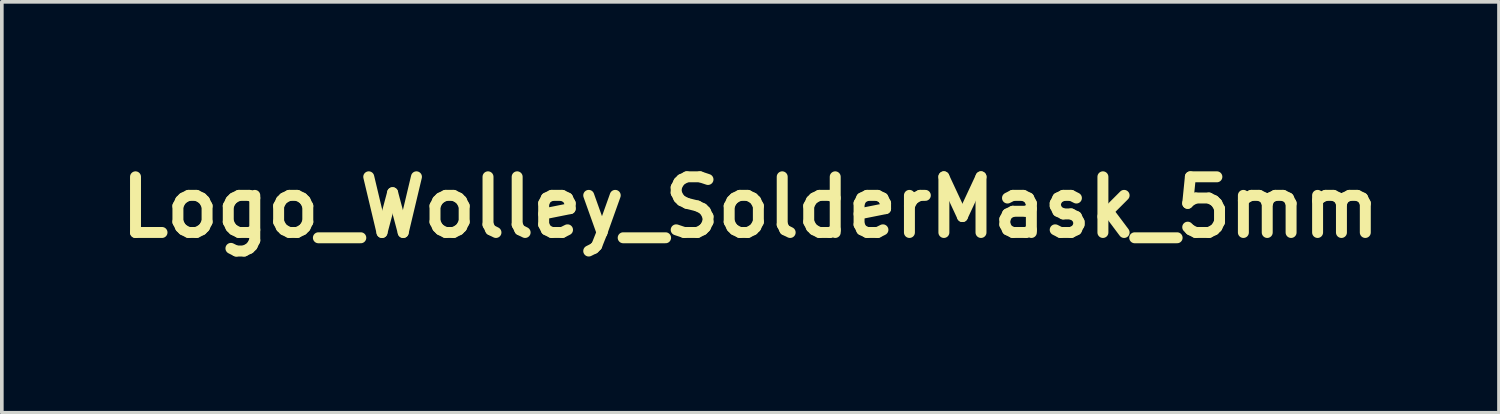
<source format=kicad_pcb>
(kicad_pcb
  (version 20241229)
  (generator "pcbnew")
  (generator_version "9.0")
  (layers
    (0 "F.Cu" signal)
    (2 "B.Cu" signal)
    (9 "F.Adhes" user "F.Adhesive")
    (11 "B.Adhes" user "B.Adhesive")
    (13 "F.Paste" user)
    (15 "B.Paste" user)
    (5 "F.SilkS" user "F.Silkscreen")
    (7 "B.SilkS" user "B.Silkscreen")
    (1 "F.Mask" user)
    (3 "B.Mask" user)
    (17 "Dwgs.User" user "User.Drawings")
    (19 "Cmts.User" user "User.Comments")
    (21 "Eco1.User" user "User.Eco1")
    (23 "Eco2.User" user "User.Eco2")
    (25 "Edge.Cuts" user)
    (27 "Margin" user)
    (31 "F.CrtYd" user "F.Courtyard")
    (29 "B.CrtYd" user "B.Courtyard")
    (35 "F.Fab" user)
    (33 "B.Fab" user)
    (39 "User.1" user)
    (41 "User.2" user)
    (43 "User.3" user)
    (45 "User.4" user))
  (footprint "Logo_Wolley_SolderMask_5mm"
    (layer "F.Cu")
    (at 17.497 2.626)
    (property "Reference" "Logo_Wolley_SolderMask_5mm" (at 0 0 0) (layer "F.SilkS") (effects (font (size 1.524 1.524) (thickness 0.3))))
    (attr through_hole)
    (fp_poly (pts (xy -5.603 -2.619) (xy -5.554 -2.612) (xy -5.506 -2.602) (xy -5.457 -2.587) (xy -5.408 -2.567) (xy -5.358 -2.543) (xy -5.356 -2.542) (xy -5.32 -2.521) (xy -5.288 -2.498) (xy -5.26 -2.473) (xy -5.235 -2.447) (xy -5.215 -2.418) (xy -5.197 -2.386) (xy -5.184 -2.351) (xy -5.173 -2.313) (xy -5.165 -2.272) (xy -5.164 -2.265) (xy -5.163 -2.254) (xy -5.162 -2.242) (xy -5.161 -2.227) (xy -5.16 -2.211) (xy -5.16 -2.191) (xy -5.16 -2.171) (xy -5.16 -2.149) (xy -5.16 -2.13) (xy -5.161 -2.113) (xy -5.162 -2.096) (xy -5.164 -2.079) (xy -5.166 -2.061) (xy -5.169 -2.041) (xy -5.172 -2.019) (xy -5.177 -1.993) (xy -5.179 -1.978) (xy -5.187 -1.939) (xy -5.195 -1.9) (xy -5.204 -1.859) (xy -5.215 -1.817) (xy -5.226 -1.774) (xy -5.239 -1.73) (xy -5.253 -1.684) (xy -5.269 -1.635) (xy -5.286 -1.585) (xy -5.304 -1.533) (xy -5.324 -1.478) (xy -5.345 -1.421) (xy -5.368 -1.361) (xy -5.393 -1.299) (xy -5.42 -1.233) (xy -5.448 -1.164) (xy -5.478 -1.092) (xy -5.511 -1.016) (xy -5.545 -0.937) (xy -5.581 -0.853) (xy -5.599 -0.813) (xy -5.611 -0.785) (xy -5.624 -0.757) (xy -5.635 -0.731) (xy -5.647 -0.704) (xy -5.659 -0.678) (xy -5.67 -0.652) (xy -5.682 -0.625) (xy -5.695 -0.597) (xy -5.707 -0.569) (xy -5.721 -0.539) (xy -5.735 -0.508) (xy -5.75 -0.475) (xy -5.765 -0.44) (xy -5.782 -0.403) (xy -5.8 -0.363) (xy -5.82 -0.32) (xy -5.84 -0.275) (xy -5.863 -0.226) (xy -5.887 -0.173) (xy -5.912 -0.116) (xy -5.915 -0.111) (xy -5.936 -0.064) (xy -5.956 -0.021) (xy -5.974 0.019) (xy -5.99 0.055) (xy -6.005 0.088) (xy -6.019 0.119) (xy -6.031 0.146) (xy -6.043 0.172) (xy -6.053 0.196) (xy -6.063 0.218) (xy -6.072 0.238) (xy -6.081 0.258) (xy -6.089 0.276) (xy -6.097 0.294) (xy -6.105 0.312) (xy -6.113 0.33) (xy -6.121 0.348) (xy -6.124 0.356) (xy -6.156 0.428) (xy -6.185 0.497) (xy -6.211 0.563) (xy -6.236 0.625) (xy -6.258 0.683) (xy -6.279 0.738) (xy -6.297 0.791) (xy -6.313 0.84) (xy -6.328 0.887) (xy -6.34 0.931) (xy -6.35 0.972) (xy -6.359 1.012) (xy -6.366 1.049) (xy -6.371 1.084) (xy -6.374 1.118) (xy -6.376 1.15) (xy -6.376 1.18) (xy -6.376 1.201) (xy -6.374 1.224) (xy -6.371 1.243) (xy -6.367 1.259) (xy -6.362 1.272) (xy -6.356 1.284) (xy -6.347 1.294) (xy -6.347 1.295) (xy -6.335 1.305) (xy -6.32 1.312) (xy -6.304 1.315) (xy -6.303 1.315) (xy -6.286 1.315) (xy -6.267 1.311) (xy -6.245 1.303) (xy -6.221 1.292) (xy -6.194 1.278) (xy -6.166 1.26) (xy -6.136 1.239) (xy -6.104 1.216) (xy -6.07 1.189) (xy -6.035 1.16) (xy -5.999 1.127) (xy -5.961 1.093) (xy -5.922 1.055) (xy -5.883 1.016) (xy -5.842 0.974) (xy -5.801 0.93) (xy -5.76 0.884) (xy -5.735 0.856) (xy -5.668 0.778) (xy -5.6 0.695) (xy -5.532 0.609) (xy -5.464 0.518) (xy -5.395 0.423) (xy -5.325 0.325) (xy -5.255 0.223) (xy -5.185 0.117) (xy -5.115 0.008) (xy -5.046 -0.104) (xy -4.977 -0.217) (xy -4.956 -0.253) (xy -4.935 -0.287) (xy -4.916 -0.321) (xy -4.896 -0.354) (xy -4.877 -0.387) (xy -4.858 -0.42) (xy -4.839 -0.455) (xy -4.819 -0.49) (xy -4.798 -0.527) (xy -4.777 -0.565) (xy -4.754 -0.606) (xy -4.731 -0.65) (xy -4.705 -0.696) (xy -4.678 -0.746) (xy -4.653 -0.793) (xy -4.63 -0.835) (xy -4.609 -0.873) (xy -4.59 -0.908) (xy -4.573 -0.939) (xy -4.558 -0.967) (xy -4.543 -0.992) (xy -4.53 -1.015) (xy -4.518 -1.035) (xy -4.508 -1.053) (xy -4.498 -1.068) (xy -4.488 -1.082) (xy -4.479 -1.095) (xy -4.471 -1.106) (xy -4.463 -1.116) (xy -4.455 -1.125) (xy -4.447 -1.134) (xy -4.44 -1.141) (xy -4.423 -1.158) (xy -4.406 -1.171) (xy -4.389 -1.181) (xy -4.372 -1.188) (xy -4.353 -1.193) (xy -4.344 -1.195) (xy -4.329 -1.197) (xy -4.314 -1.198) (xy -4.299 -1.198) (xy -4.282 -1.197) (xy -4.269 -1.195) (xy -4.241 -1.19) (xy -4.214 -1.184) (xy -4.187 -1.175) (xy -4.16 -1.164) (xy -4.139 -1.155) (xy -4.098 -1.132) (xy -4.06 -1.106) (xy -4.025 -1.077) (xy -3.992 -1.045) (xy -3.963 -1.011) (xy -3.938 -0.974) (xy -3.916 -0.934) (xy -3.898 -0.893) (xy -3.884 -0.85) (xy -3.878 -0.825) (xy -3.872 -0.789) (xy -3.869 -0.753) (xy -3.87 -0.715) (xy -3.871 -0.691) (xy -3.876 -0.644) (xy -3.882 -0.594) (xy -3.889 -0.541) (xy -3.897 -0.484) (xy -3.907 -0.423) (xy -3.918 -0.359) (xy -3.931 -0.291) (xy -3.945 -0.219) (xy -3.96 -0.143) (xy -3.968 -0.103) (xy -3.985 -0.023) (xy -4 0.053) (xy -4.014 0.125) (xy -4.026 0.193) (xy -4.037 0.258) (xy -4.046 0.319) (xy -4.054 0.377) (xy -4.061 0.432) (xy -4.067 0.485) (xy -4.071 0.535) (xy -4.074 0.583) (xy -4.077 0.628) (xy -4.077 0.647) (xy -4.077 0.696) (xy -4.076 0.742) (xy -4.072 0.783) (xy -4.067 0.821) (xy -4.06 0.854) (xy -4.05 0.883) (xy -4.039 0.908) (xy -4.026 0.929) (xy -4.012 0.946) (xy -3.995 0.96) (xy -3.976 0.969) (xy -3.955 0.975) (xy -3.954 0.975) (xy -3.942 0.976) (xy -3.929 0.976) (xy -3.92 0.975) (xy -3.893 0.969) (xy -3.864 0.96) (xy -3.834 0.946) (xy -3.802 0.929) (xy -3.769 0.907) (xy -3.735 0.883) (xy -3.699 0.854) (xy -3.663 0.823) (xy -3.626 0.788) (xy -3.588 0.75) (xy -3.549 0.709) (xy -3.51 0.666) (xy -3.47 0.619) (xy -3.431 0.571) (xy -3.391 0.519) (xy -3.351 0.466) (xy -3.311 0.41) (xy -3.272 0.353) (xy -3.233 0.293) (xy -3.194 0.232) (xy -3.156 0.169) (xy -3.143 0.148) (xy -3.078 0.033) (xy -3.017 -0.084) (xy -2.959 -0.202) (xy -2.905 -0.321) (xy -2.854 -0.442) (xy -2.808 -0.563) (xy -2.765 -0.685) (xy -2.725 -0.808) (xy -2.69 -0.931) (xy -2.659 -1.054) (xy -2.631 -1.177) (xy -2.608 -1.299) (xy -2.589 -1.421) (xy -2.574 -1.543) (xy -2.563 -1.664) (xy -2.557 -1.784) (xy -2.554 -1.902) (xy -2.555 -1.959) (xy -2.555 -1.981) (xy -2.556 -2.002) (xy -2.556 -2.023) (xy -2.557 -2.042) (xy -2.557 -2.059) (xy -2.558 -2.072) (xy -2.559 -2.082) (xy -2.56 -2.108) (xy -2.561 -2.133) (xy -2.562 -2.158) (xy -2.563 -2.18) (xy -2.563 -2.201) (xy -2.562 -2.218) (xy -2.561 -2.232) (xy -2.561 -2.236) (xy -2.556 -2.263) (xy -2.549 -2.286) (xy -2.539 -2.306) (xy -2.527 -2.323) (xy -2.511 -2.337) (xy -2.492 -2.348) (xy -2.469 -2.356) (xy -2.443 -2.362) (xy -2.413 -2.366) (xy -2.407 -2.367) (xy -2.385 -2.368) (xy -2.36 -2.368) (xy -2.334 -2.366) (xy -2.309 -2.364) (xy -2.287 -2.361) (xy -2.285 -2.361) (xy -2.254 -2.354) (xy -2.223 -2.345) (xy -2.192 -2.332) (xy -2.161 -2.316) (xy -2.128 -2.296) (xy -2.094 -2.273) (xy -2.076 -2.259) (xy -2.045 -2.234) (xy -2.018 -2.209) (xy -1.995 -2.184) (xy -1.976 -2.158) (xy -1.96 -2.131) (xy -1.947 -2.103) (xy -1.937 -2.072) (xy -1.931 -2.044) (xy -1.928 -2.033) (xy -1.927 -2.022) (xy -1.925 -2.011) (xy -1.924 -1.999) (xy -1.923 -1.986) (xy -1.922 -1.971) (xy -1.921 -1.953) (xy -1.92 -1.932) (xy -1.919 -1.908) (xy -1.919 -1.891) (xy -1.917 -1.821) (xy -1.918 -1.754) (xy -1.921 -1.687) (xy -1.926 -1.621) (xy -1.933 -1.554) (xy -1.942 -1.486) (xy -1.953 -1.414) (xy -1.955 -1.404) (xy -1.974 -1.305) (xy -1.997 -1.204) (xy -2.024 -1.102) (xy -2.055 -0.998) (xy -2.09 -0.892) (xy -2.128 -0.786) (xy -2.169 -0.679) (xy -2.215 -0.572) (xy -2.263 -0.464) (xy -2.315 -0.356) (xy -2.369 -0.248) (xy -2.427 -0.14) (xy -2.487 -0.033) (xy -2.551 0.074) (xy -2.617 0.18) (xy -2.686 0.284) (xy -2.757 0.387) (xy -2.83 0.489) (xy -2.852 0.517) (xy -2.895 0.574) (xy -2.937 0.627) (xy -2.979 0.68) (xy -3.022 0.731) (xy -3.067 0.783) (xy -3.114 0.836) (xy -3.137 0.861) (xy -3.149 0.875) (xy -3.165 0.891) (xy -3.182 0.909) (xy -3.201 0.929) (xy -3.222 0.95) (xy -3.243 0.971) (xy -3.265 0.993) (xy -3.286 1.014) (xy -3.307 1.034) (xy -3.326 1.052) (xy -3.343 1.069) (xy -3.359 1.084) (xy -3.371 1.095) (xy -3.433 1.148) (xy -3.493 1.198) (xy -3.552 1.243) (xy -3.609 1.284) (xy -3.665 1.32) (xy -3.719 1.352) (xy -3.771 1.38) (xy -3.822 1.404) (xy -3.872 1.424) (xy -3.911 1.436) (xy -3.943 1.445) (xy -3.974 1.452) (xy -4.005 1.456) (xy -4.035 1.458) (xy -4.068 1.459) (xy -4.102 1.457) (xy -4.142 1.455) (xy -4.179 1.451) (xy -4.213 1.445) (xy -4.245 1.439) (xy -4.277 1.43) (xy -4.286 1.428) (xy -4.331 1.412) (xy -4.374 1.392) (xy -4.414 1.37) (xy -4.451 1.343) (xy -4.486 1.313) (xy -4.518 1.279) (xy -4.548 1.242) (xy -4.574 1.201) (xy -4.599 1.156) (xy -4.621 1.107) (xy -4.64 1.055) (xy -4.657 0.998) (xy -4.659 0.992) (xy -4.669 0.947) (xy -4.679 0.9) (xy -4.687 0.85) (xy -4.694 0.796) (xy -4.701 0.739) (xy -4.706 0.677) (xy -4.706 0.671) (xy -4.707 0.661) (xy -4.707 0.646) (xy -4.708 0.628) (xy -4.708 0.607) (xy -4.709 0.583) (xy -4.709 0.558) (xy -4.709 0.53) (xy -4.709 0.502) (xy -4.709 0.473) (xy -4.709 0.444) (xy -4.709 0.416) (xy -4.709 0.388) (xy -4.709 0.362) (xy -4.708 0.338) (xy -4.708 0.316) (xy -4.708 0.297) (xy -4.707 0.282) (xy -4.707 0.272) (xy -4.706 0.26) (xy -4.706 0.25) (xy -4.705 0.242) (xy -4.705 0.238) (xy -4.705 0.238) (xy -4.707 0.24) (xy -4.71 0.245) (xy -4.716 0.253) (xy -4.723 0.263) (xy -4.731 0.276) (xy -4.74 0.29) (xy -4.741 0.292) (xy -4.783 0.353) (xy -4.828 0.416) (xy -4.875 0.482) (xy -4.926 0.549) (xy -4.978 0.617) (xy -5.033 0.686) (xy -5.09 0.756) (xy -5.147 0.825) (xy -5.206 0.894) (xy -5.247 0.941) (xy -5.298 0.997) (xy -5.35 1.054) (xy -5.403 1.111) (xy -5.457 1.167) (xy -5.511 1.222) (xy -5.565 1.274) (xy -5.617 1.325) (xy -5.668 1.372) (xy -5.713 1.412) (xy -5.748 1.443) (xy -5.784 1.473) (xy -5.82 1.504) (xy -5.857 1.533) (xy -5.892 1.56) (xy -5.925 1.585) (xy -5.935 1.593) (xy -5.995 1.635) (xy -6.053 1.673) (xy -6.108 1.708) (xy -6.162 1.738) (xy -6.215 1.764) (xy -6.265 1.786) (xy -6.314 1.805) (xy -6.362 1.819) (xy -6.407 1.83) (xy -6.452 1.836) (xy -6.495 1.839) (xy -6.527 1.839) (xy -6.574 1.835) (xy -6.619 1.828) (xy -6.66 1.817) (xy -6.698 1.803) (xy -6.733 1.786) (xy -6.765 1.765) (xy -6.794 1.74) (xy -6.821 1.713) (xy -6.844 1.681) (xy -6.864 1.646) (xy -6.881 1.608) (xy -6.896 1.565) (xy -6.904 1.534) (xy -6.91 1.509) (xy -6.915 1.485) (xy -6.919 1.461) (xy -6.922 1.437) (xy -6.924 1.411) (xy -6.925 1.383) (xy -6.926 1.352) (xy -6.926 1.322) (xy -6.926 1.284) (xy -6.925 1.247) (xy -6.923 1.211) (xy -6.92 1.175) (xy -6.916 1.137) (xy -6.911 1.098) (xy -6.905 1.057) (xy -6.897 1.011) (xy -6.896 1.003) (xy -6.885 0.943) (xy -6.873 0.881) (xy -6.858 0.817) (xy -6.842 0.751) (xy -6.825 0.681) (xy -6.805 0.61) (xy -6.784 0.535) (xy -6.76 0.457) (xy -6.735 0.377) (xy -6.708 0.293) (xy -6.678 0.205) (xy -6.647 0.114) (xy -6.613 0.02) (xy -6.577 -0.078) (xy -6.54 -0.178) (xy -6.509 -0.262) (xy -6.477 -0.348) (xy -6.446 -0.434) (xy -6.414 -0.52) (xy -6.383 -0.607) (xy -6.352 -0.693) (xy -6.321 -0.78) (xy -6.291 -0.866) (xy -6.261 -0.952) (xy -6.231 -1.037) (xy -6.202 -1.121) (xy -6.174 -1.204) (xy -6.146 -1.285) (xy -6.119 -1.365) (xy -6.093 -1.444) (xy -6.068 -1.52) (xy -6.044 -1.594) (xy -6.02 -1.667) (xy -5.998 -1.736) (xy -5.977 -1.803) (xy -5.957 -1.867) (xy -5.939 -1.928) (xy -5.921 -1.986) (xy -5.905 -2.04) (xy -5.891 -2.091) (xy -5.878 -2.138) (xy -5.867 -2.181) (xy -5.863 -2.195) (xy -5.86 -2.209) (xy -5.855 -2.228) (xy -5.851 -2.249) (xy -5.846 -2.272) (xy -5.841 -2.296) (xy -5.836 -2.321) (xy -5.831 -2.345) (xy -5.829 -2.353) (xy -5.822 -2.39) (xy -5.816 -2.422) (xy -5.81 -2.451) (xy -5.804 -2.475) (xy -5.799 -2.497) (xy -5.794 -2.516) (xy -5.79 -2.532) (xy -5.785 -2.546) (xy -5.78 -2.558) (xy -5.775 -2.568) (xy -5.77 -2.577) (xy -5.764 -2.585) (xy -5.759 -2.592) (xy -5.758 -2.593) (xy -5.747 -2.603) (xy -5.735 -2.61) (xy -5.721 -2.615) (xy -5.704 -2.618) (xy -5.7 -2.619) (xy -5.651 -2.621) (xy -5.603 -2.619)) (stroke (width 0.01) (type solid)) (fill yes) (layer "F.Mask"))
    (fp_poly (pts (xy 3.262 -2.447) (xy 3.299 -2.444) (xy 3.333 -2.437) (xy 3.347 -2.433) (xy 3.38 -2.42) (xy 3.411 -2.403) (xy 3.439 -2.382) (xy 3.465 -2.358) (xy 3.487 -2.33) (xy 3.507 -2.299) (xy 3.524 -2.265) (xy 3.538 -2.228) (xy 3.549 -2.188) (xy 3.556 -2.145) (xy 3.557 -2.136) (xy 3.559 -2.121) (xy 3.56 -2.102) (xy 3.56 -2.081) (xy 3.561 -2.06) (xy 3.56 -2.039) (xy 3.56 -2.02) (xy 3.559 -2.005) (xy 3.558 -2.001) (xy 3.551 -1.953) (xy 3.541 -1.902) (xy 3.527 -1.849) (xy 3.51 -1.793) (xy 3.49 -1.735) (xy 3.467 -1.675) (xy 3.44 -1.613) (xy 3.411 -1.55) (xy 3.379 -1.484) (xy 3.344 -1.418) (xy 3.307 -1.351) (xy 3.267 -1.282) (xy 3.225 -1.213) (xy 3.18 -1.143) (xy 3.133 -1.073) (xy 3.084 -1.003) (xy 3.033 -0.933) (xy 3.023 -0.919) (xy 2.946 -0.82) (xy 2.867 -0.723) (xy 2.787 -0.629) (xy 2.704 -0.539) (xy 2.621 -0.452) (xy 2.536 -0.369) (xy 2.45 -0.29) (xy 2.363 -0.215) (xy 2.308 -0.17) (xy 2.289 -0.154) (xy 2.268 -0.138) (xy 2.247 -0.122) (xy 2.226 -0.106) (xy 2.206 -0.091) (xy 2.187 -0.077) (xy 2.171 -0.066) (xy 2.165 -0.061) (xy 2.157 -0.056) (xy 2.152 -0.051) (xy 2.148 -0.046) (xy 2.143 -0.04) (xy 2.138 -0.031) (xy 2.134 -0.024) (xy 2.103 0.035) (xy 2.074 0.097) (xy 2.047 0.16) (xy 2.022 0.225) (xy 2 0.29) (xy 1.981 0.355) (xy 1.966 0.418) (xy 1.953 0.48) (xy 1.95 0.499) (xy 1.944 0.545) (xy 1.94 0.592) (xy 1.938 0.638) (xy 1.938 0.683) (xy 1.941 0.727) (xy 1.945 0.768) (xy 1.952 0.806) (xy 1.956 0.823) (xy 1.965 0.855) (xy 1.977 0.882) (xy 1.991 0.905) (xy 2.007 0.925) (xy 2.025 0.94) (xy 2.045 0.951) (xy 2.068 0.959) (xy 2.093 0.962) (xy 2.113 0.962) (xy 2.144 0.958) (xy 2.178 0.951) (xy 2.213 0.941) (xy 2.251 0.926) (xy 2.291 0.908) (xy 2.333 0.886) (xy 2.378 0.86) (xy 2.384 0.856) (xy 2.422 0.832) (xy 2.461 0.805) (xy 2.503 0.775) (xy 2.547 0.742) (xy 2.592 0.707) (xy 2.638 0.67) (xy 2.685 0.631) (xy 2.732 0.59) (xy 2.779 0.548) (xy 2.825 0.505) (xy 2.871 0.462) (xy 2.874 0.459) (xy 2.904 0.429) (xy 2.906 0.398) (xy 2.912 0.323) (xy 2.923 0.248) (xy 2.938 0.174) (xy 2.944 0.152) (xy 3.457 0.152) (xy 3.458 0.152) (xy 3.46 0.152) (xy 3.465 0.15) (xy 3.474 0.147) (xy 3.485 0.142) (xy 3.492 0.139) (xy 3.564 0.105) (xy 3.632 0.069) (xy 3.698 0.03) (xy 3.761 -0.013) (xy 3.823 -0.058) (xy 3.845 -0.076) (xy 3.882 -0.107) (xy 3.917 -0.139) (xy 3.95 -0.172) (xy 3.981 -0.204) (xy 4.01 -0.237) (xy 4.036 -0.269) (xy 4.059 -0.301) (xy 4.08 -0.332) (xy 4.097 -0.362) (xy 4.112 -0.39) (xy 4.123 -0.418) (xy 4.13 -0.443) (xy 4.134 -0.466) (xy 4.134 -0.473) (xy 4.133 -0.491) (xy 4.131 -0.505) (xy 4.125 -0.517) (xy 4.12 -0.524) (xy 4.112 -0.532) (xy 4.102 -0.538) (xy 4.09 -0.542) (xy 4.076 -0.544) (xy 4.066 -0.544) (xy 4.046 -0.544) (xy 4.026 -0.541) (xy 4.006 -0.535) (xy 3.983 -0.527) (xy 3.971 -0.521) (xy 3.936 -0.503) (xy 3.901 -0.48) (xy 3.864 -0.453) (xy 3.828 -0.422) (xy 3.791 -0.389) (xy 3.755 -0.352) (xy 3.719 -0.312) (xy 3.684 -0.269) (xy 3.65 -0.224) (xy 3.617 -0.177) (xy 3.586 -0.129) (xy 3.565 -0.094) (xy 3.55 -0.067) (xy 3.535 -0.037) (xy 3.519 -0.006) (xy 3.504 0.027) (xy 3.491 0.059) (xy 3.478 0.089) (xy 3.468 0.117) (xy 3.464 0.129) (xy 3.461 0.139) (xy 3.458 0.146) (xy 3.457 0.151) (xy 3.457 0.152) (xy 2.944 0.152) (xy 2.958 0.099) (xy 2.971 0.059) (xy 2.995 -0.009) (xy 3.023 -0.077) (xy 3.055 -0.143) (xy 3.09 -0.208) (xy 3.127 -0.271) (xy 3.167 -0.333) (xy 3.21 -0.393) (xy 3.255 -0.45) (xy 3.302 -0.506) (xy 3.351 -0.559) (xy 3.402 -0.609) (xy 3.454 -0.656) (xy 3.508 -0.7) (xy 3.563 -0.741) (xy 3.619 -0.778) (xy 3.675 -0.811) (xy 3.732 -0.84) (xy 3.79 -0.865) (xy 3.843 -0.884) (xy 3.89 -0.898) (xy 3.935 -0.908) (xy 3.979 -0.915) (xy 4.024 -0.918) (xy 4.071 -0.918) (xy 4.076 -0.918) (xy 4.102 -0.917) (xy 4.125 -0.916) (xy 4.147 -0.913) (xy 4.169 -0.91) (xy 4.192 -0.905) (xy 4.198 -0.904) (xy 4.242 -0.892) (xy 4.284 -0.877) (xy 4.323 -0.858) (xy 4.359 -0.837) (xy 4.392 -0.813) (xy 4.421 -0.786) (xy 4.448 -0.757) (xy 4.47 -0.725) (xy 4.489 -0.691) (xy 4.504 -0.654) (xy 4.512 -0.627) (xy 4.517 -0.603) (xy 4.52 -0.576) (xy 4.521 -0.548) (xy 4.521 -0.519) (xy 4.519 -0.491) (xy 4.518 -0.479) (xy 4.509 -0.435) (xy 4.497 -0.391) (xy 4.48 -0.345) (xy 4.458 -0.3) (xy 4.433 -0.253) (xy 4.403 -0.207) (xy 4.369 -0.16) (xy 4.333 -0.115) (xy 4.321 -0.102) (xy 4.307 -0.087) (xy 4.29 -0.069) (xy 4.272 -0.051) (xy 4.254 -0.033) (xy 4.235 -0.015) (xy 4.217 0.002) (xy 4.201 0.017) (xy 4.187 0.03) (xy 4.186 0.03) (xy 4.128 0.078) (xy 4.068 0.124) (xy 4.007 0.168) (xy 3.945 0.209) (xy 3.884 0.247) (xy 3.823 0.282) (xy 3.786 0.301) (xy 3.727 0.329) (xy 3.669 0.354) (xy 3.61 0.375) (xy 3.553 0.392) (xy 3.497 0.406) (xy 3.443 0.415) (xy 3.414 0.419) (xy 3.416 0.451) (xy 3.42 0.498) (xy 3.427 0.543) (xy 3.438 0.585) (xy 3.452 0.624) (xy 3.469 0.66) (xy 3.49 0.694) (xy 3.513 0.724) (xy 3.54 0.751) (xy 3.569 0.775) (xy 3.601 0.795) (xy 3.611 0.8) (xy 3.647 0.815) (xy 3.685 0.827) (xy 3.725 0.835) (xy 3.768 0.839) (xy 3.813 0.84) (xy 3.86 0.837) (xy 3.908 0.831) (xy 3.958 0.821) (xy 4.009 0.807) (xy 4.062 0.79) (xy 4.115 0.77) (xy 4.17 0.747) (xy 4.225 0.72) (xy 4.281 0.689) (xy 4.337 0.656) (xy 4.378 0.629) (xy 4.428 0.594) (xy 4.479 0.556) (xy 4.531 0.515) (xy 4.581 0.472) (xy 4.629 0.429) (xy 4.673 0.385) (xy 4.676 0.382) (xy 4.701 0.357) (xy 4.706 0.326) (xy 4.709 0.308) (xy 4.712 0.29) (xy 4.716 0.272) (xy 4.721 0.253) (xy 4.726 0.234) (xy 4.732 0.213) (xy 4.739 0.191) (xy 4.747 0.166) (xy 4.755 0.14) (xy 4.765 0.112) (xy 4.776 0.08) (xy 4.789 0.046) (xy 4.803 0.008) (xy 4.818 -0.033) (xy 4.835 -0.078) (xy 4.843 -0.099) (xy 4.858 -0.138) (xy 4.871 -0.173) (xy 4.883 -0.204) (xy 4.894 -0.233) (xy 4.904 -0.258) (xy 4.912 -0.282) (xy 4.921 -0.305) (xy 4.928 -0.326) (xy 4.936 -0.346) (xy 4.943 -0.366) (xy 4.95 -0.386) (xy 4.957 -0.405) (xy 4.989 -0.498) (xy 5.018 -0.588) (xy 5.045 -0.675) (xy 5.069 -0.759) (xy 5.091 -0.841) (xy 5.11 -0.921) (xy 5.127 -0.999) (xy 5.142 -1.076) (xy 5.146 -1.099) (xy 5.149 -1.117) (xy 5.152 -1.131) (xy 5.155 -1.142) (xy 5.157 -1.151) (xy 5.16 -1.159) (xy 5.162 -1.163) (xy 5.171 -1.179) (xy 5.181 -1.192) (xy 5.193 -1.201) (xy 5.197 -1.204) (xy 5.211 -1.207) (xy 5.228 -1.208) (xy 5.247 -1.206) (xy 5.269 -1.201) (xy 5.294 -1.193) (xy 5.32 -1.183) (xy 5.348 -1.17) (xy 5.35 -1.17) (xy 5.39 -1.147) (xy 5.428 -1.123) (xy 5.463 -1.095) (xy 5.495 -1.066) (xy 5.523 -1.035) (xy 5.548 -1.002) (xy 5.569 -0.968) (xy 5.585 -0.933) (xy 5.596 -0.902) (xy 5.603 -0.871) (xy 5.607 -0.838) (xy 5.609 -0.802) (xy 5.607 -0.764) (xy 5.602 -0.723) (xy 5.594 -0.678) (xy 5.593 -0.668) (xy 5.587 -0.643) (xy 5.58 -0.616) (xy 5.573 -0.588) (xy 5.564 -0.559) (xy 5.555 -0.529) (xy 5.544 -0.497) (xy 5.531 -0.463) (xy 5.518 -0.427) (xy 5.503 -0.388) (xy 5.487 -0.347) (xy 5.468 -0.304) (xy 5.449 -0.257) (xy 5.427 -0.207) (xy 5.404 -0.154) (xy 5.378 -0.097) (xy 5.351 -0.036) (xy 5.345 -0.023) (xy 5.328 0.014) (xy 5.313 0.047) (xy 5.3 0.077) (xy 5.288 0.103) (xy 5.278 0.127) (xy 5.269 0.148) (xy 5.261 0.167) (xy 5.255 0.184) (xy 5.249 0.199) (xy 5.244 0.213) (xy 5.239 0.226) (xy 5.235 0.239) (xy 5.233 0.246) (xy 5.23 0.26) (xy 5.228 0.272) (xy 5.227 0.285) (xy 5.227 0.291) (xy 5.227 0.301) (xy 5.227 0.307) (xy 5.228 0.312) (xy 5.23 0.315) (xy 5.233 0.318) (xy 5.233 0.318) (xy 5.238 0.321) (xy 5.243 0.323) (xy 5.251 0.323) (xy 5.252 0.323) (xy 5.263 0.32) (xy 5.278 0.314) (xy 5.296 0.305) (xy 5.316 0.293) (xy 5.339 0.277) (xy 5.365 0.259) (xy 5.394 0.237) (xy 5.425 0.212) (xy 5.459 0.185) (xy 5.495 0.154) (xy 5.534 0.121) (xy 5.575 0.085) (xy 5.618 0.046) (xy 5.664 0.005) (xy 5.711 -0.039) (xy 5.761 -0.085) (xy 5.811 -0.133) (xy 5.825 -0.147) (xy 5.842 -0.163) (xy 5.861 -0.181) (xy 5.882 -0.202) (xy 5.904 -0.223) (xy 5.927 -0.246) (xy 5.951 -0.27) (xy 5.975 -0.294) (xy 6 -0.319) (xy 6.024 -0.343) (xy 6.048 -0.368) (xy 6.071 -0.391) (xy 6.093 -0.414) (xy 6.114 -0.435) (xy 6.134 -0.454) (xy 6.151 -0.472) (xy 6.166 -0.487) (xy 6.178 -0.5) (xy 6.187 -0.51) (xy 6.19 -0.513) (xy 6.221 -0.547) (xy 6.25 -0.58) (xy 6.278 -0.613) (xy 6.305 -0.645) (xy 6.332 -0.678) (xy 6.358 -0.712) (xy 6.385 -0.747) (xy 6.414 -0.785) (xy 6.444 -0.826) (xy 6.472 -0.866) (xy 6.488 -0.887) (xy 6.502 -0.905) (xy 6.514 -0.92) (xy 6.524 -0.931) (xy 6.534 -0.941) (xy 6.543 -0.948) (xy 6.552 -0.953) (xy 6.554 -0.954) (xy 6.569 -0.959) (xy 6.583 -0.961) (xy 6.597 -0.959) (xy 6.6 -0.957) (xy 6.608 -0.953) (xy 6.619 -0.946) (xy 6.632 -0.937) (xy 6.647 -0.926) (xy 6.663 -0.914) (xy 6.679 -0.901) (xy 6.696 -0.887) (xy 6.711 -0.873) (xy 6.726 -0.86) (xy 6.734 -0.852) (xy 6.765 -0.821) (xy 6.791 -0.79) (xy 6.813 -0.76) (xy 6.831 -0.729) (xy 6.846 -0.698) (xy 6.858 -0.665) (xy 6.866 -0.635) (xy 6.868 -0.622) (xy 6.87 -0.605) (xy 6.871 -0.586) (xy 6.871 -0.567) (xy 6.871 -0.547) (xy 6.871 -0.529) (xy 6.869 -0.513) (xy 6.869 -0.509) (xy 6.862 -0.475) (xy 6.854 -0.441) (xy 6.843 -0.406) (xy 6.829 -0.369) (xy 6.812 -0.33) (xy 6.792 -0.289) (xy 6.792 -0.287) (xy 6.783 -0.271) (xy 6.775 -0.255) (xy 6.766 -0.239) (xy 6.757 -0.222) (xy 6.747 -0.204) (xy 6.736 -0.185) (xy 6.724 -0.164) (xy 6.71 -0.142) (xy 6.695 -0.116) (xy 6.678 -0.089) (xy 6.659 -0.058) (xy 6.638 -0.024) (xy 6.622 0.001) (xy 6.601 0.035) (xy 6.582 0.065) (xy 6.566 0.092) (xy 6.551 0.116) (xy 6.537 0.138) (xy 6.525 0.159) (xy 6.513 0.178) (xy 6.503 0.197) (xy 6.492 0.215) (xy 6.482 0.233) (xy 6.472 0.251) (xy 6.451 0.288) (xy 6.43 0.325) (xy 6.409 0.364) (xy 6.387 0.405) (xy 6.364 0.447) (xy 6.34 0.491) (xy 6.316 0.538) (xy 6.29 0.587) (xy 6.263 0.638) (xy 6.234 0.693) (xy 6.204 0.752) (xy 6.172 0.814) (xy 6.153 0.851) (xy 6.132 0.891) (xy 6.113 0.927) (xy 6.097 0.959) (xy 6.082 0.988) (xy 6.069 1.012) (xy 6.058 1.033) (xy 6.049 1.05) (xy 6.043 1.062) (xy 6.038 1.071) (xy 6.038 1.071) (xy 6.034 1.078) (xy 6.032 1.082) (xy 6.032 1.084) (xy 6.034 1.085) (xy 6.04 1.085) (xy 6.049 1.086) (xy 6.06 1.087) (xy 6.063 1.087) (xy 6.134 1.096) (xy 6.207 1.109) (xy 6.28 1.125) (xy 6.353 1.146) (xy 6.425 1.17) (xy 6.496 1.198) (xy 6.565 1.229) (xy 6.632 1.264) (xy 6.696 1.301) (xy 6.732 1.324) (xy 6.766 1.348) (xy 6.797 1.371) (xy 6.825 1.394) (xy 6.85 1.417) (xy 6.872 1.44) (xy 6.891 1.462) (xy 6.906 1.482) (xy 6.917 1.502) (xy 6.924 1.519) (xy 6.927 1.536) (xy 6.926 1.552) (xy 6.921 1.566) (xy 6.911 1.579) (xy 6.907 1.584) (xy 6.899 1.591) (xy 6.891 1.597) (xy 6.881 1.604) (xy 6.872 1.609) (xy 6.865 1.613) (xy 6.86 1.614) (xy 6.857 1.613) (xy 6.851 1.61) (xy 6.842 1.605) (xy 6.83 1.599) (xy 6.817 1.592) (xy 6.802 1.585) (xy 6.802 1.584) (xy 6.778 1.572) (xy 6.758 1.561) (xy 6.74 1.552) (xy 6.724 1.544) (xy 6.71 1.537) (xy 6.696 1.53) (xy 6.683 1.524) (xy 6.67 1.518) (xy 6.604 1.492) (xy 6.537 1.469) (xy 6.468 1.45) (xy 6.397 1.435) (xy 6.324 1.423) (xy 6.291 1.419) (xy 6.246 1.415) (xy 6.197 1.413) (xy 6.146 1.411) (xy 6.093 1.411) (xy 6.04 1.413) (xy 5.988 1.416) (xy 5.936 1.42) (xy 5.904 1.423) (xy 5.887 1.426) (xy 5.872 1.43) (xy 5.859 1.435) (xy 5.845 1.443) (xy 5.83 1.454) (xy 5.829 1.454) (xy 5.81 1.47) (xy 5.789 1.489) (xy 5.767 1.51) (xy 5.744 1.534) (xy 5.72 1.562) (xy 5.695 1.593) (xy 5.667 1.627) (xy 5.639 1.665) (xy 5.608 1.706) (xy 5.576 1.752) (xy 5.555 1.781) (xy 5.517 1.835) (xy 5.482 1.885) (xy 5.449 1.931) (xy 5.417 1.975) (xy 5.388 2.015) (xy 5.36 2.052) (xy 5.333 2.087) (xy 5.308 2.12) (xy 5.283 2.151) (xy 5.26 2.18) (xy 5.237 2.208) (xy 5.214 2.234) (xy 5.191 2.259) (xy 5.169 2.283) (xy 5.146 2.307) (xy 5.123 2.33) (xy 5.117 2.337) (xy 5.067 2.385) (xy 5.017 2.428) (xy 4.967 2.467) (xy 4.917 2.501) (xy 4.867 2.531) (xy 4.817 2.557) (xy 4.767 2.578) (xy 4.717 2.595) (xy 4.666 2.608) (xy 4.615 2.616) (xy 4.594 2.618) (xy 4.582 2.619) (xy 4.567 2.62) (xy 4.552 2.62) (xy 4.536 2.62) (xy 4.522 2.62) (xy 4.51 2.62) (xy 4.504 2.619) (xy 4.455 2.612) (xy 4.409 2.602) (xy 4.365 2.588) (xy 4.322 2.57) (xy 4.279 2.549) (xy 4.275 2.547) (xy 4.231 2.52) (xy 4.189 2.49) (xy 4.149 2.457) (xy 4.112 2.421) (xy 4.078 2.384) (xy 4.048 2.345) (xy 4.021 2.305) (xy 4.004 2.273) (xy 3.989 2.241) (xy 3.977 2.209) (xy 3.972 2.188) (xy 4.412 2.188) (xy 4.413 2.199) (xy 4.418 2.206) (xy 4.421 2.209) (xy 4.428 2.211) (xy 4.437 2.212) (xy 4.45 2.212) (xy 4.464 2.211) (xy 4.479 2.21) (xy 4.494 2.208) (xy 4.507 2.206) (xy 4.513 2.204) (xy 4.532 2.199) (xy 4.55 2.193) (xy 4.567 2.186) (xy 4.586 2.177) (xy 4.595 2.173) (xy 4.615 2.162) (xy 4.636 2.15) (xy 4.657 2.136) (xy 4.679 2.121) (xy 4.702 2.104) (xy 4.726 2.085) (xy 4.752 2.063) (xy 4.779 2.04) (xy 4.808 2.013) (xy 4.839 1.985) (xy 4.871 1.953) (xy 4.907 1.918) (xy 4.944 1.881) (xy 4.985 1.84) (xy 5.011 1.813) (xy 5.039 1.784) (xy 5.063 1.759) (xy 5.085 1.736) (xy 5.104 1.716) (xy 5.121 1.698) (xy 5.136 1.681) (xy 5.149 1.667) (xy 5.161 1.653) (xy 5.172 1.64) (xy 5.182 1.627) (xy 5.192 1.615) (xy 5.201 1.603) (xy 5.203 1.601) (xy 5.219 1.579) (xy 5.231 1.558) (xy 5.24 1.541) (xy 5.246 1.526) (xy 5.248 1.513) (xy 5.247 1.504) (xy 5.243 1.497) (xy 5.235 1.493) (xy 5.224 1.492) (xy 5.209 1.494) (xy 5.193 1.499) (xy 5.174 1.506) (xy 5.152 1.516) (xy 5.127 1.529) (xy 5.098 1.545) (xy 5.067 1.563) (xy 5.034 1.584) (xy 4.997 1.608) (xy 4.959 1.633) (xy 4.918 1.662) (xy 4.875 1.692) (xy 4.83 1.724) (xy 4.783 1.759) (xy 4.763 1.774) (xy 4.742 1.79) (xy 4.723 1.804) (xy 4.707 1.818) (xy 4.691 1.831) (xy 4.676 1.844) (xy 4.66 1.859) (xy 4.643 1.875) (xy 4.624 1.894) (xy 4.615 1.904) (xy 4.576 1.943) (xy 4.541 1.981) (xy 4.51 2.018) (xy 4.483 2.052) (xy 4.46 2.085) (xy 4.441 2.115) (xy 4.427 2.139) (xy 4.419 2.159) (xy 4.414 2.175) (xy 4.412 2.188) (xy 3.972 2.188) (xy 3.97 2.179) (xy 3.966 2.148) (xy 3.965 2.116) (xy 3.967 2.083) (xy 3.974 2.037) (xy 3.986 1.991) (xy 4.002 1.945) (xy 4.023 1.898) (xy 4.048 1.852) (xy 4.078 1.806) (xy 4.112 1.76) (xy 4.128 1.74) (xy 4.137 1.73) (xy 4.149 1.717) (xy 4.163 1.702) (xy 4.179 1.686) (xy 4.195 1.67) (xy 4.212 1.653) (xy 4.229 1.637) (xy 4.245 1.622) (xy 4.259 1.609) (xy 4.271 1.599) (xy 4.273 1.597) (xy 4.335 1.547) (xy 4.402 1.499) (xy 4.473 1.453) (xy 4.548 1.408) (xy 4.626 1.365) (xy 4.709 1.324) (xy 4.794 1.284) (xy 4.883 1.247) (xy 4.976 1.211) (xy 5.071 1.178) (xy 5.073 1.178) (xy 5.102 1.168) (xy 5.131 1.159) (xy 5.161 1.15) (xy 5.193 1.141) (xy 5.228 1.131) (xy 5.266 1.12) (xy 5.27 1.119) (xy 5.308 1.108) (xy 5.342 1.098) (xy 5.372 1.089) (xy 5.398 1.08) (xy 5.422 1.072) (xy 5.443 1.063) (xy 5.461 1.054) (xy 5.478 1.046) (xy 5.493 1.036) (xy 5.507 1.026) (xy 5.521 1.015) (xy 5.534 1.003) (xy 5.541 0.996) (xy 5.553 0.984) (xy 5.565 0.971) (xy 5.576 0.957) (xy 5.587 0.942) (xy 5.598 0.925) (xy 5.61 0.906) (xy 5.623 0.884) (xy 5.637 0.859) (xy 5.652 0.831) (xy 5.653 0.829) (xy 5.689 0.763) (xy 5.725 0.695) (xy 5.761 0.626) (xy 5.798 0.557) (xy 5.834 0.488) (xy 5.869 0.42) (xy 5.904 0.353) (xy 5.938 0.288) (xy 5.969 0.225) (xy 5.999 0.166) (xy 6.009 0.148) (xy 6.021 0.123) (xy 6.032 0.102) (xy 6.041 0.085) (xy 6.047 0.072) (xy 6.051 0.062) (xy 6.053 0.057) (xy 6.053 0.054) (xy 6.05 0.056) (xy 6.045 0.06) (xy 6.037 0.068) (xy 6.027 0.079) (xy 6.014 0.094) (xy 5.999 0.111) (xy 5.992 0.118) (xy 5.953 0.16) (xy 5.914 0.202) (xy 5.876 0.243) (xy 5.838 0.282) (xy 5.802 0.32) (xy 5.767 0.355) (xy 5.733 0.389) (xy 5.702 0.419) (xy 5.673 0.447) (xy 5.647 0.471) (xy 5.592 0.52) (xy 5.538 0.565) (xy 5.486 0.605) (xy 5.435 0.642) (xy 5.386 0.675) (xy 5.338 0.704) (xy 5.291 0.729) (xy 5.244 0.751) (xy 5.199 0.769) (xy 5.154 0.784) (xy 5.109 0.795) (xy 5.081 0.801) (xy 5.066 0.802) (xy 5.049 0.804) (xy 5.03 0.805) (xy 5.01 0.805) (xy 4.99 0.805) (xy 4.97 0.804) (xy 4.953 0.803) (xy 4.94 0.801) (xy 4.935 0.801) (xy 4.897 0.791) (xy 4.863 0.777) (xy 4.832 0.761) (xy 4.804 0.741) (xy 4.779 0.717) (xy 4.757 0.69) (xy 4.739 0.66) (xy 4.732 0.648) (xy 4.727 0.637) (xy 4.723 0.626) (xy 4.719 0.615) (xy 4.714 0.602) (xy 4.709 0.586) (xy 4.706 0.575) (xy 4.705 0.574) (xy 4.704 0.573) (xy 4.702 0.575) (xy 4.698 0.578) (xy 4.693 0.583) (xy 4.685 0.591) (xy 4.675 0.602) (xy 4.671 0.606) (xy 4.655 0.624) (xy 4.637 0.643) (xy 4.618 0.663) (xy 4.597 0.685) (xy 4.576 0.706) (xy 4.555 0.726) (xy 4.536 0.745) (xy 4.518 0.762) (xy 4.503 0.776) (xy 4.444 0.828) (xy 4.385 0.876) (xy 4.326 0.919) (xy 4.266 0.958) (xy 4.206 0.994) (xy 4.154 1.021) (xy 4.091 1.051) (xy 4.028 1.076) (xy 3.965 1.097) (xy 3.901 1.115) (xy 3.835 1.128) (xy 3.767 1.138) (xy 3.765 1.139) (xy 3.747 1.14) (xy 3.725 1.142) (xy 3.701 1.143) (xy 3.675 1.144) (xy 3.649 1.145) (xy 3.623 1.145) (xy 3.598 1.145) (xy 3.576 1.145) (xy 3.557 1.144) (xy 3.551 1.143) (xy 3.49 1.136) (xy 3.432 1.126) (xy 3.377 1.113) (xy 3.325 1.096) (xy 3.276 1.075) (xy 3.229 1.051) (xy 3.184 1.024) (xy 3.184 1.024) (xy 3.162 1.009) (xy 3.144 0.995) (xy 3.126 0.98) (xy 3.108 0.963) (xy 3.096 0.951) (xy 3.067 0.919) (xy 3.04 0.887) (xy 3.016 0.852) (xy 2.994 0.815) (xy 2.982 0.791) (xy 2.971 0.768) (xy 2.962 0.747) (xy 2.954 0.727) (xy 2.947 0.706) (xy 2.94 0.683) (xy 2.938 0.679) (xy 2.935 0.667) (xy 2.932 0.658) (xy 2.93 0.65) (xy 2.928 0.646) (xy 2.928 0.646) (xy 2.927 0.645) (xy 2.925 0.645) (xy 2.922 0.648) (xy 2.916 0.653) (xy 2.909 0.661) (xy 2.9 0.671) (xy 2.835 0.743) (xy 2.771 0.81) (xy 2.708 0.874) (xy 2.647 0.933) (xy 2.586 0.988) (xy 2.527 1.038) (xy 2.468 1.085) (xy 2.41 1.128) (xy 2.353 1.167) (xy 2.315 1.191) (xy 2.259 1.223) (xy 2.204 1.251) (xy 2.15 1.275) (xy 2.097 1.295) (xy 2.044 1.312) (xy 1.993 1.324) (xy 1.943 1.332) (xy 1.894 1.336) (xy 1.846 1.336) (xy 1.8 1.332) (xy 1.756 1.324) (xy 1.713 1.311) (xy 1.672 1.295) (xy 1.633 1.274) (xy 1.633 1.274) (xy 1.594 1.249) (xy 1.559 1.22) (xy 1.526 1.187) (xy 1.496 1.15) (xy 1.469 1.111) (xy 1.444 1.067) (xy 1.422 1.021) (xy 1.403 0.971) (xy 1.387 0.919) (xy 1.374 0.863) (xy 1.364 0.804) (xy 1.361 0.779) (xy 1.36 0.764) (xy 1.358 0.745) (xy 1.357 0.724) (xy 1.355 0.702) (xy 1.354 0.68) (xy 1.353 0.659) (xy 1.352 0.642) (xy 1.352 0.621) (xy 1.32 0.657) (xy 1.26 0.723) (xy 1.202 0.786) (xy 1.143 0.846) (xy 1.086 0.902) (xy 1.03 0.955) (xy 0.978 1.001) (xy 0.915 1.054) (xy 0.853 1.102) (xy 0.792 1.145) (xy 0.733 1.184) (xy 0.673 1.219) (xy 0.615 1.249) (xy 0.558 1.275) (xy 0.502 1.296) (xy 0.447 1.313) (xy 0.393 1.325) (xy 0.38 1.328) (xy 0.329 1.334) (xy 0.28 1.336) (xy 0.232 1.334) (xy 0.186 1.328) (xy 0.142 1.318) (xy 0.099 1.303) (xy 0.059 1.284) (xy 0.02 1.261) (xy -0.017 1.234) (xy -0.022 1.23) (xy -0.055 1.199) (xy -0.086 1.165) (xy -0.114 1.127) (xy -0.139 1.086) (xy -0.162 1.041) (xy -0.181 0.993) (xy -0.198 0.942) (xy -0.213 0.888) (xy -0.224 0.832) (xy -0.232 0.774) (xy -0.234 0.756) (xy -0.235 0.735) (xy -0.237 0.712) (xy -0.238 0.689) (xy -0.239 0.666) (xy -0.24 0.645) (xy -0.24 0.627) (xy -0.24 0.618) (xy -0.241 0.61) (xy -0.241 0.606) (xy -0.242 0.605) (xy -0.244 0.606) (xy -0.249 0.61) (xy -0.255 0.616) (xy -0.259 0.62) (xy -0.284 0.642) (xy -0.312 0.666) (xy -0.343 0.689) (xy -0.374 0.712) (xy -0.405 0.733) (xy -0.435 0.751) (xy -0.44 0.754) (xy -0.494 0.783) (xy -0.55 0.808) (xy -0.607 0.83) (xy -0.666 0.848) (xy -0.727 0.862) (xy -0.791 0.873) (xy -0.815 0.876) (xy -0.826 0.878) (xy -0.841 0.879) (xy -0.859 0.88) (xy -0.88 0.88) (xy -0.902 0.881) (xy -0.919 0.881) (xy -0.994 0.883) (xy -1.023 0.913) (xy -1.078 0.968) (xy -1.133 1.018) (xy -1.189 1.064) (xy -1.245 1.106) (xy -1.301 1.142) (xy -1.357 1.174) (xy -1.414 1.202) (xy -1.471 1.225) (xy -1.528 1.243) (xy -1.585 1.257) (xy -1.61 1.261) (xy -1.626 1.263) (xy -1.645 1.265) (xy -1.667 1.266) (xy -1.69 1.267) (xy -1.715 1.267) (xy -1.738 1.267) (xy -1.76 1.266) (xy -1.78 1.265) (xy -1.796 1.263) (xy -1.799 1.262) (xy -1.849 1.252) (xy -1.897 1.239) (xy -1.942 1.221) (xy -1.985 1.2) (xy -2.024 1.176) (xy -2.061 1.147) (xy -2.095 1.115) (xy -2.126 1.079) (xy -2.149 1.048) (xy -2.176 1.004) (xy -2.199 0.958) (xy -2.219 0.909) (xy -2.236 0.857) (xy -2.249 0.803) (xy -2.259 0.746) (xy -2.266 0.687) (xy -2.269 0.626) (xy -2.269 0.564) (xy -2.266 0.499) (xy -2.259 0.434) (xy -2.248 0.367) (xy -2.234 0.299) (xy -2.228 0.273) (xy -2.205 0.187) (xy -2.177 0.1) (xy -2.144 0.014) (xy -2.107 -0.071) (xy -2.066 -0.157) (xy -2.021 -0.242) (xy -1.971 -0.326) (xy -1.923 -0.4) (xy -1.876 -0.469) (xy -1.827 -0.535) (xy -1.776 -0.598) (xy -1.725 -0.659) (xy -1.672 -0.716) (xy -1.618 -0.77) (xy -1.564 -0.82) (xy -1.509 -0.867) (xy -1.453 -0.91) (xy -1.398 -0.95) (xy -1.342 -0.985) (xy -1.286 -1.016) (xy -1.231 -1.043) (xy -1.175 -1.066) (xy -1.148 -1.076) (xy -1.103 -1.089) (xy -1.057 -1.099) (xy -1.012 -1.106) (xy -0.967 -1.109) (xy -0.924 -1.109) (xy -0.882 -1.105) (xy -0.871 -1.103) (xy -0.83 -1.094) (xy -0.793 -1.081) (xy -0.758 -1.064) (xy -0.726 -1.045) (xy -0.697 -1.022) (xy -0.672 -0.995) (xy -0.649 -0.966) (xy -0.63 -0.934) (xy -0.615 -0.899) (xy -0.604 -0.862) (xy -0.601 -0.849) (xy -0.596 -0.826) (xy -0.594 -0.801) (xy -0.592 -0.776) (xy -0.592 -0.752) (xy -0.593 -0.73) (xy -0.595 -0.709) (xy -0.599 -0.691) (xy -0.604 -0.676) (xy -0.609 -0.667) (xy -0.614 -0.66) (xy -0.621 -0.654) (xy -0.629 -0.649) (xy -0.64 -0.646) (xy -0.654 -0.643) (xy -0.671 -0.64) (xy -0.687 -0.638) (xy -0.713 -0.636) (xy -0.735 -0.633) (xy -0.755 -0.629) (xy -0.773 -0.626) (xy -0.791 -0.621) (xy -0.808 -0.616) (xy -0.827 -0.609) (xy -0.834 -0.607) (xy -0.882 -0.587) (xy -0.931 -0.563) (xy -0.98 -0.535) (xy -1.029 -0.504) (xy -1.077 -0.469) (xy -1.125 -0.431) (xy -1.135 -0.422) (xy -1.147 -0.411) (xy -1.162 -0.398) (xy -1.179 -0.382) (xy -1.197 -0.365) (xy -1.215 -0.347) (xy -1.232 -0.329) (xy -1.249 -0.313) (xy -1.264 -0.297) (xy -1.276 -0.284) (xy -1.277 -0.283) (xy -1.325 -0.227) (xy -1.372 -0.167) (xy -1.417 -0.106) (xy -1.461 -0.042) (xy -1.502 0.023) (xy -1.542 0.089) (xy -1.579 0.157) (xy -1.613 0.225) (xy -1.645 0.293) (xy -1.673 0.362) (xy -1.699 0.429) (xy -1.721 0.496) (xy -1.74 0.562) (xy -1.755 0.626) (xy -1.767 0.687) (xy -1.769 0.705) (xy -1.771 0.726) (xy -1.772 0.748) (xy -1.773 0.772) (xy -1.773 0.794) (xy -1.773 0.815) (xy -1.772 0.832) (xy -1.771 0.835) (xy -1.768 0.86) (xy -1.763 0.883) (xy -1.756 0.904) (xy -1.748 0.921) (xy -1.739 0.935) (xy -1.732 0.943) (xy -1.721 0.951) (xy -1.711 0.957) (xy -1.701 0.96) (xy -1.688 0.961) (xy -1.676 0.961) (xy -1.664 0.961) (xy -1.654 0.96) (xy -1.644 0.958) (xy -1.634 0.955) (xy -1.63 0.954) (xy -1.601 0.942) (xy -1.57 0.926) (xy -1.537 0.906) (xy -1.504 0.881) (xy -1.469 0.853) (xy -1.433 0.82) (xy -1.426 0.813) (xy -1.387 0.773) (xy -1.35 0.732) (xy -1.313 0.688) (xy -1.278 0.644) (xy -1.245 0.598) (xy -1.213 0.552) (xy -1.185 0.507) (xy -1.158 0.461) (xy -1.135 0.417) (xy -1.116 0.374) (xy -1.099 0.332) (xy -1.096 0.323) (xy -1.088 0.298) (xy -1.098 0.272) (xy -1.116 0.224) (xy -1.13 0.177) (xy -1.14 0.13) (xy -1.147 0.083) (xy -1.15 0.034) (xy -1.15 0.017) (xy -1.148 -0.035) (xy -1.143 -0.085) (xy -1.133 -0.133) (xy -1.12 -0.18) (xy -1.102 -0.227) (xy -1.087 -0.26) (xy -1.064 -0.303) (xy -1.038 -0.342) (xy -1.011 -0.378) (xy -0.981 -0.41) (xy -0.975 -0.416) (xy -0.945 -0.442) (xy -0.915 -0.465) (xy -0.884 -0.483) (xy -0.853 -0.498) (xy -0.822 -0.509) (xy -0.791 -0.515) (xy -0.761 -0.518) (xy -0.731 -0.517) (xy -0.703 -0.511) (xy -0.675 -0.502) (xy -0.649 -0.488) (xy -0.625 -0.47) (xy -0.616 -0.462) (xy -0.593 -0.437) (xy -0.574 -0.41) (xy -0.557 -0.379) (xy -0.544 -0.344) (xy -0.533 -0.307) (xy -0.525 -0.266) (xy -0.52 -0.223) (xy -0.517 -0.177) (xy -0.518 -0.129) (xy -0.522 -0.078) (xy -0.529 -0.025) (xy -0.535 0.008) (xy -0.547 0.066) (xy -0.563 0.127) (xy -0.583 0.189) (xy -0.605 0.252) (xy -0.631 0.317) (xy -0.66 0.381) (xy -0.692 0.446) (xy -0.726 0.511) (xy -0.762 0.575) (xy -0.801 0.637) (xy -0.812 0.654) (xy -0.835 0.69) (xy -0.821 0.691) (xy -0.805 0.692) (xy -0.786 0.692) (xy -0.764 0.69) (xy -0.74 0.687) (xy -0.716 0.683) (xy -0.692 0.678) (xy -0.669 0.673) (xy -0.663 0.671) (xy -0.623 0.658) (xy -0.583 0.641) (xy -0.542 0.622) (xy -0.501 0.598) (xy -0.46 0.571) (xy -0.417 0.541) (xy -0.373 0.506) (xy -0.327 0.468) (xy -0.28 0.425) (xy -0.274 0.419) (xy -0.259 0.405) (xy -0.247 0.393) (xy -0.237 0.384) (xy -0.23 0.376) (xy -0.224 0.37) (xy -0.22 0.364) (xy -0.217 0.359) (xy -0.215 0.353) (xy -0.214 0.346) (xy -0.212 0.338) (xy -0.211 0.328) (xy -0.21 0.324) (xy -0.193 0.232) (xy -0.172 0.137) (xy -0.147 0.039) (xy -0.119 -0.061) (xy -0.087 -0.163) (xy -0.052 -0.267) (xy -0.014 -0.373) (xy 0.027 -0.48) (xy 0.052 -0.541) (xy 0.686 -0.541) (xy 0.687 -0.541) (xy 0.69 -0.543) (xy 0.695 -0.546) (xy 0.702 -0.552) (xy 0.713 -0.561) (xy 0.725 -0.57) (xy 0.764 -0.603) (xy 0.805 -0.64) (xy 0.847 -0.681) (xy 0.889 -0.726) (xy 0.933 -0.773) (xy 0.977 -0.825) (xy 1.021 -0.878) (xy 1.066 -0.935) (xy 1.11 -0.994) (xy 1.154 -1.055) (xy 1.198 -1.118) (xy 1.212 -1.139) (xy 1.224 -1.157) (xy 1.237 -1.178) (xy 1.252 -1.201) (xy 1.268 -1.226) (xy 1.285 -1.251) (xy 1.301 -1.277) (xy 1.316 -1.302) (xy 1.331 -1.325) (xy 1.344 -1.347) (xy 1.356 -1.365) (xy 1.359 -1.37) (xy 1.386 -1.416) (xy 1.413 -1.463) (xy 1.439 -1.51) (xy 1.465 -1.556) (xy 1.489 -1.603) (xy 1.513 -1.648) (xy 1.535 -1.693) (xy 1.556 -1.736) (xy 1.575 -1.776) (xy 1.593 -1.815) (xy 1.608 -1.851) (xy 1.621 -1.884) (xy 1.632 -1.914) (xy 1.634 -1.921) (xy 1.642 -1.946) (xy 1.647 -1.966) (xy 1.65 -1.983) (xy 1.651 -1.997) (xy 1.65 -2.007) (xy 1.646 -2.015) (xy 1.645 -2.015) (xy 1.642 -2.019) (xy 1.639 -2.02) (xy 1.634 -2.02) (xy 1.629 -2.019) (xy 1.616 -2.013) (xy 1.601 -2.004) (xy 1.585 -1.991) (xy 1.566 -1.974) (xy 1.545 -1.953) (xy 1.522 -1.928) (xy 1.498 -1.9) (xy 1.471 -1.867) (xy 1.443 -1.831) (xy 1.413 -1.792) (xy 1.381 -1.748) (xy 1.347 -1.701) (xy 1.312 -1.651) (xy 1.275 -1.597) (xy 1.236 -1.54) (xy 1.232 -1.533) (xy 1.202 -1.487) (xy 1.172 -1.442) (xy 1.143 -1.395) (xy 1.114 -1.348) (xy 1.086 -1.3) (xy 1.056 -1.251) (xy 1.027 -1.199) (xy 0.996 -1.145) (xy 0.965 -1.088) (xy 0.932 -1.028) (xy 0.898 -0.964) (xy 0.875 -0.92) (xy 0.864 -0.899) (xy 0.852 -0.876) (xy 0.839 -0.851) (xy 0.826 -0.826) (xy 0.813 -0.799) (xy 0.799 -0.773) (xy 0.786 -0.746) (xy 0.772 -0.72) (xy 0.759 -0.694) (xy 0.747 -0.669) (xy 0.735 -0.645) (xy 0.724 -0.623) (xy 0.715 -0.603) (xy 0.706 -0.585) (xy 0.699 -0.57) (xy 0.693 -0.558) (xy 0.689 -0.548) (xy 0.686 -0.543) (xy 0.686 -0.541) (xy 0.052 -0.541) (xy 0.071 -0.589) (xy 0.119 -0.699) (xy 0.122 -0.705) (xy 0.14 -0.745) (xy 0.159 -0.788) (xy 0.18 -0.832) (xy 0.202 -0.878) (xy 0.225 -0.924) (xy 0.247 -0.97) (xy 0.269 -1.015) (xy 0.291 -1.057) (xy 0.311 -1.096) (xy 0.323 -1.119) (xy 0.38 -1.223) (xy 0.437 -1.324) (xy 0.494 -1.42) (xy 0.551 -1.513) (xy 0.609 -1.602) (xy 0.666 -1.687) (xy 0.724 -1.767) (xy 0.781 -1.843) (xy 0.839 -1.916) (xy 0.896 -1.984) (xy 0.953 -2.047) (xy 1.01 -2.106) (xy 1.067 -2.161) (xy 1.124 -2.211) (xy 1.18 -2.257) (xy 1.194 -2.267) (xy 1.246 -2.305) (xy 1.298 -2.338) (xy 1.349 -2.367) (xy 1.4 -2.391) (xy 1.451 -2.411) (xy 1.502 -2.427) (xy 1.553 -2.439) (xy 1.563 -2.441) (xy 1.574 -2.443) (xy 1.584 -2.444) (xy 1.594 -2.445) (xy 1.606 -2.446) (xy 1.62 -2.446) (xy 1.637 -2.446) (xy 1.645 -2.446) (xy 1.663 -2.446) (xy 1.677 -2.446) (xy 1.688 -2.446) (xy 1.697 -2.445) (xy 1.705 -2.444) (xy 1.713 -2.443) (xy 1.721 -2.441) (xy 1.722 -2.441) (xy 1.757 -2.431) (xy 1.789 -2.419) (xy 1.818 -2.403) (xy 1.845 -2.384) (xy 1.867 -2.363) (xy 1.89 -2.336) (xy 1.911 -2.306) (xy 1.928 -2.273) (xy 1.942 -2.237) (xy 1.954 -2.198) (xy 1.962 -2.158) (xy 1.967 -2.115) (xy 1.969 -2.071) (xy 1.967 -2.025) (xy 1.962 -1.978) (xy 1.959 -1.957) (xy 1.949 -1.905) (xy 1.935 -1.851) (xy 1.918 -1.794) (xy 1.897 -1.735) (xy 1.874 -1.674) (xy 1.847 -1.611) (xy 1.817 -1.546) (xy 1.785 -1.48) (xy 1.749 -1.413) (xy 1.711 -1.344) (xy 1.67 -1.275) (xy 1.627 -1.205) (xy 1.582 -1.135) (xy 1.534 -1.064) (xy 1.484 -0.993) (xy 1.432 -0.922) (xy 1.378 -0.851) (xy 1.341 -0.804) (xy 1.264 -0.711) (xy 1.187 -0.621) (xy 1.107 -0.534) (xy 1.026 -0.451) (xy 0.945 -0.371) (xy 0.862 -0.294) (xy 0.779 -0.222) (xy 0.696 -0.154) (xy 0.612 -0.09) (xy 0.58 -0.067) (xy 0.569 -0.059) (xy 0.562 -0.054) (xy 0.557 -0.048) (xy 0.552 -0.043) (xy 0.548 -0.036) (xy 0.543 -0.028) (xy 0.517 0.021) (xy 0.492 0.073) (xy 0.468 0.128) (xy 0.445 0.184) (xy 0.424 0.241) (xy 0.405 0.297) (xy 0.396 0.328) (xy 0.38 0.386) (xy 0.368 0.442) (xy 0.358 0.495) (xy 0.351 0.547) (xy 0.347 0.599) (xy 0.346 0.65) (xy 0.346 0.653) (xy 0.347 0.699) (xy 0.349 0.739) (xy 0.354 0.777) (xy 0.36 0.81) (xy 0.368 0.84) (xy 0.377 0.867) (xy 0.389 0.89) (xy 0.403 0.911) (xy 0.418 0.929) (xy 0.436 0.943) (xy 0.457 0.953) (xy 0.48 0.96) (xy 0.506 0.962) (xy 0.534 0.961) (xy 0.565 0.957) (xy 0.598 0.948) (xy 0.634 0.936) (xy 0.643 0.932) (xy 0.682 0.915) (xy 0.724 0.895) (xy 0.768 0.87) (xy 0.814 0.842) (xy 0.862 0.81) (xy 0.912 0.774) (xy 0.965 0.735) (xy 1.018 0.692) (xy 1.074 0.646) (xy 1.131 0.597) (xy 1.19 0.544) (xy 1.251 0.488) (xy 1.312 0.429) (xy 1.329 0.413) (xy 1.375 0.367) (xy 1.381 0.336) (xy 1.395 0.254) (xy 1.413 0.169) (xy 1.434 0.082) (xy 1.458 -0.008) (xy 1.485 -0.1) (xy 1.515 -0.194) (xy 1.548 -0.289) (xy 1.584 -0.387) (xy 1.622 -0.485) (xy 1.645 -0.542) (xy 2.28 -0.542) (xy 2.281 -0.542) (xy 2.283 -0.543) (xy 2.287 -0.546) (xy 2.294 -0.551) (xy 2.303 -0.559) (xy 2.316 -0.569) (xy 2.316 -0.569) (xy 2.357 -0.603) (xy 2.399 -0.642) (xy 2.442 -0.684) (xy 2.486 -0.73) (xy 2.531 -0.78) (xy 2.577 -0.833) (xy 2.622 -0.889) (xy 2.668 -0.947) (xy 2.714 -1.009) (xy 2.759 -1.073) (xy 2.803 -1.137) (xy 2.816 -1.156) (xy 2.83 -1.177) (xy 2.845 -1.201) (xy 2.861 -1.226) (xy 2.877 -1.252) (xy 2.894 -1.278) (xy 2.91 -1.303) (xy 2.924 -1.326) (xy 2.938 -1.348) (xy 2.949 -1.367) (xy 2.955 -1.376) (xy 2.983 -1.424) (xy 3.011 -1.472) (xy 3.038 -1.52) (xy 3.064 -1.568) (xy 3.089 -1.616) (xy 3.112 -1.662) (xy 3.135 -1.707) (xy 3.156 -1.75) (xy 3.175 -1.791) (xy 3.192 -1.83) (xy 3.207 -1.866) (xy 3.219 -1.898) (xy 3.228 -1.922) (xy 3.235 -1.947) (xy 3.241 -1.969) (xy 3.243 -1.987) (xy 3.244 -2) (xy 3.241 -2.011) (xy 3.237 -2.017) (xy 3.23 -2.02) (xy 3.221 -2.019) (xy 3.21 -2.015) (xy 3.197 -2.007) (xy 3.181 -1.995) (xy 3.164 -1.98) (xy 3.145 -1.961) (xy 3.124 -1.938) (xy 3.101 -1.913) (xy 3.076 -1.883) (xy 3.06 -1.863) (xy 3.039 -1.836) (xy 3.015 -1.805) (xy 2.99 -1.771) (xy 2.964 -1.735) (xy 2.936 -1.696) (xy 2.908 -1.656) (xy 2.88 -1.615) (xy 2.852 -1.574) (xy 2.824 -1.532) (xy 2.796 -1.491) (xy 2.77 -1.45) (xy 2.758 -1.432) (xy 2.732 -1.389) (xy 2.703 -1.343) (xy 2.674 -1.293) (xy 2.643 -1.239) (xy 2.611 -1.183) (xy 2.578 -1.124) (xy 2.544 -1.063) (xy 2.51 -1) (xy 2.475 -0.935) (xy 2.441 -0.868) (xy 2.44 -0.867) (xy 2.433 -0.853) (xy 2.424 -0.836) (xy 2.415 -0.818) (xy 2.405 -0.797) (xy 2.394 -0.776) (xy 2.382 -0.753) (xy 2.371 -0.73) (xy 2.359 -0.706) (xy 2.347 -0.683) (xy 2.336 -0.66) (xy 2.325 -0.638) (xy 2.315 -0.618) (xy 2.306 -0.599) (xy 2.298 -0.583) (xy 2.291 -0.569) (xy 2.286 -0.558) (xy 2.282 -0.55) (xy 2.28 -0.545) (xy 2.28 -0.545) (xy 2.28 -0.543) (xy 2.28 -0.542) (xy 1.645 -0.542) (xy 1.663 -0.585) (xy 1.706 -0.686) (xy 1.751 -0.787) (xy 1.799 -0.888) (xy 1.849 -0.99) (xy 1.889 -1.067) (xy 1.943 -1.169) (xy 1.997 -1.267) (xy 2.052 -1.362) (xy 2.106 -1.453) (xy 2.161 -1.541) (xy 2.216 -1.624) (xy 2.271 -1.705) (xy 2.327 -1.781) (xy 2.382 -1.854) (xy 2.437 -1.922) (xy 2.492 -1.987) (xy 2.547 -2.048) (xy 2.601 -2.105) (xy 2.655 -2.157) (xy 2.709 -2.205) (xy 2.763 -2.249) (xy 2.816 -2.289) (xy 2.869 -2.325) (xy 2.921 -2.356) (xy 2.973 -2.382) (xy 3.013 -2.4) (xy 3.056 -2.416) (xy 3.099 -2.429) (xy 3.142 -2.438) (xy 3.183 -2.444) (xy 3.224 -2.448) (xy 3.262 -2.447)) (stroke (width 0.01) (type solid)) (fill yes) (layer "F.Mask")))
  (gr_rect
    (start -3 -3)
    (end 37.994 8.251)
    (stroke (width 0.1) (type default))
    (fill no)
    (layer "Edge.Cuts")))
</source>
